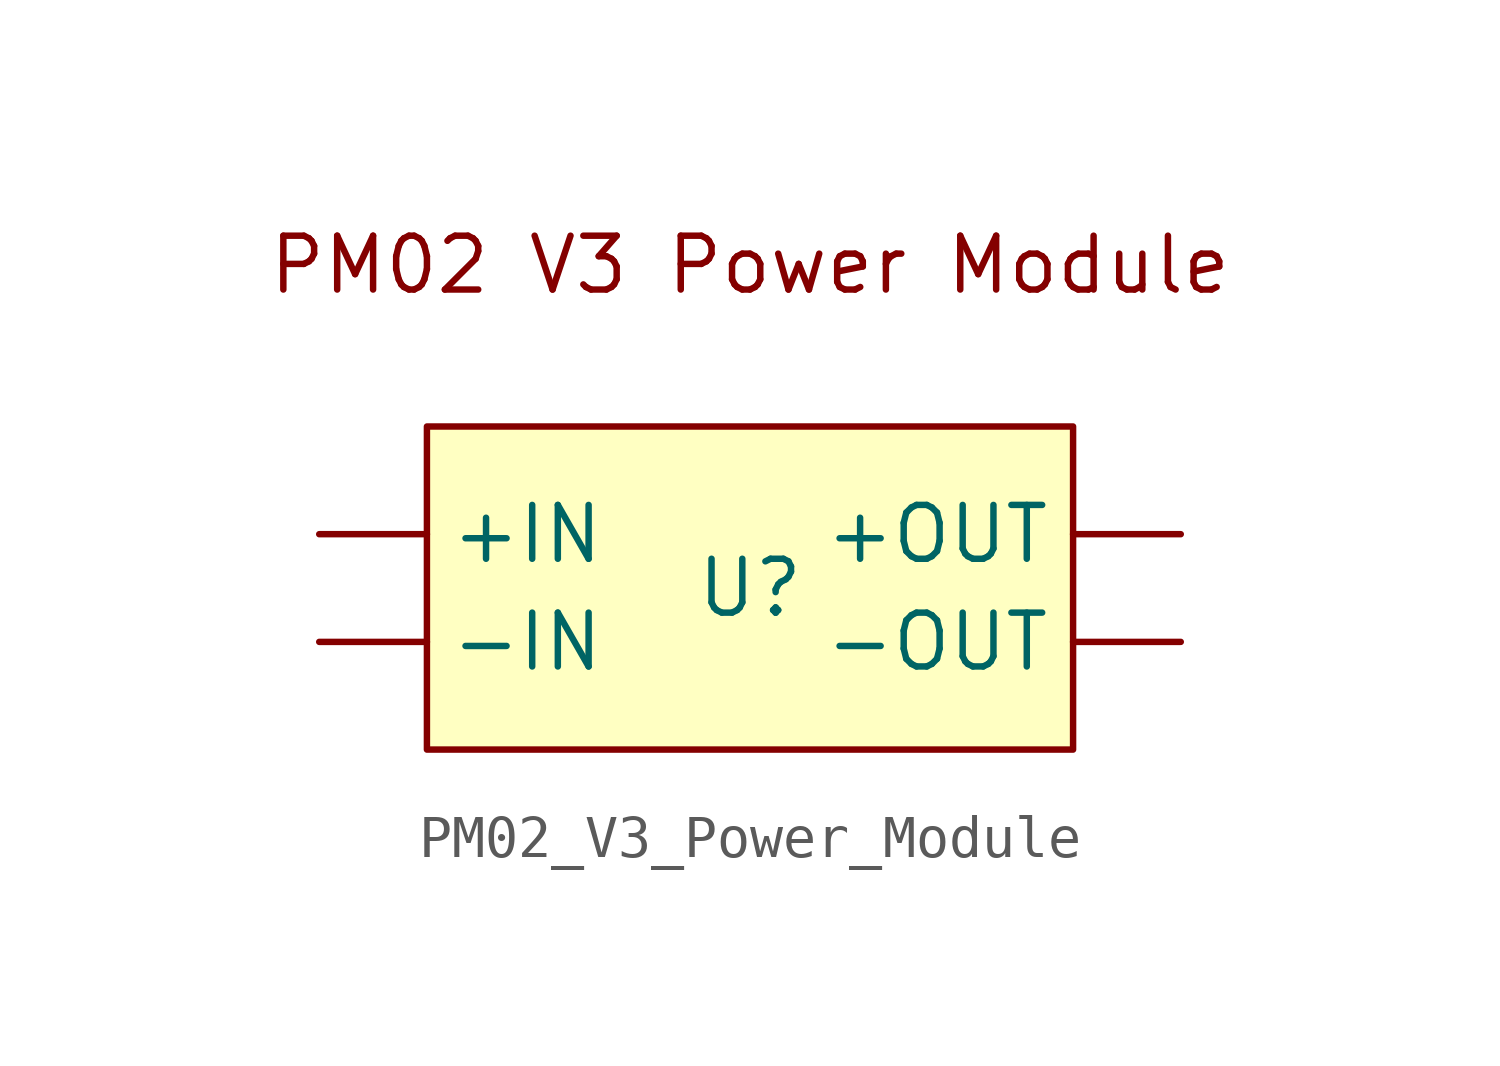
<source format=kicad_sym>
(kicad_symbol_lib
  (version 20220914)
  (generator kicad_symbol_editor)
  (symbol "PM02_V3_Power_Module"
    (property "Reference" "U"
      (at 0 0 0)
      (effects (font (size 1.27 1.27))))
    (property "Value" ""
      (at 0 0 0)
      (effects (font (size 1.27 1.27))))
    (symbol "PM02_V3_Power_Module_1_1"
      (rectangle (start -7.62 3.81) (end 7.62 -3.81) (stroke (width 0) (type default)) (fill (type background)))
      (text "PM02 V3 Power Module" (at 0 7.62 0) (effects (font (size 1.27 1.27))))
      (pin bidirectional line (at -10.16 1.27 0) (length 2.54) (name "+IN" (effects (font (size 1.27 1.27)))) (number "" (effects (font (size 1.27 1.27)))))
      (pin bidirectional line (at 10.16 1.27 180) (length 2.54) (name "+OUT" (effects (font (size 1.27 1.27)))) (number "" (effects (font (size 1.27 1.27)))))
      (pin bidirectional line (at -10.16 -1.27 0) (length 2.54) (name "-IN" (effects (font (size 1.27 1.27)))) (number "" (effects (font (size 1.27 1.27)))))
      (pin bidirectional line (at 10.16 -1.27 180) (length 2.54) (name "-OUT" (effects (font (size 1.27 1.27)))) (number "" (effects (font (size 1.27 1.27))))))))
</source>
